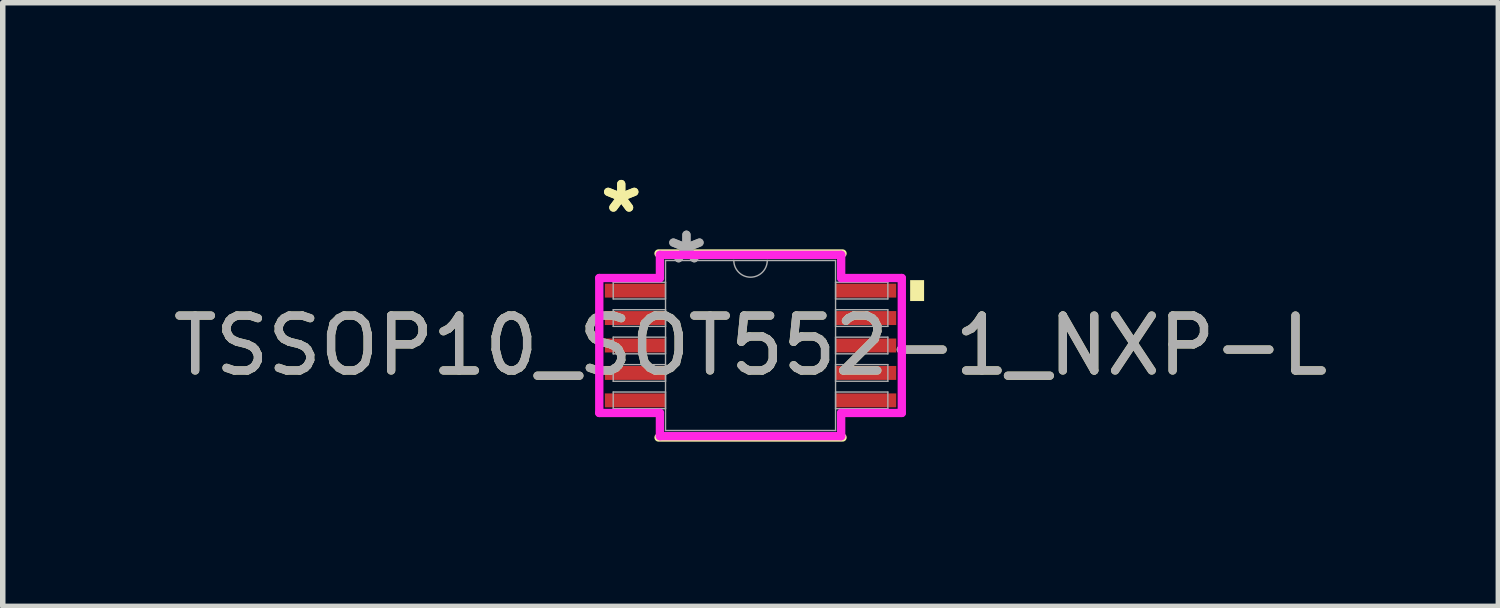
<source format=kicad_pcb>
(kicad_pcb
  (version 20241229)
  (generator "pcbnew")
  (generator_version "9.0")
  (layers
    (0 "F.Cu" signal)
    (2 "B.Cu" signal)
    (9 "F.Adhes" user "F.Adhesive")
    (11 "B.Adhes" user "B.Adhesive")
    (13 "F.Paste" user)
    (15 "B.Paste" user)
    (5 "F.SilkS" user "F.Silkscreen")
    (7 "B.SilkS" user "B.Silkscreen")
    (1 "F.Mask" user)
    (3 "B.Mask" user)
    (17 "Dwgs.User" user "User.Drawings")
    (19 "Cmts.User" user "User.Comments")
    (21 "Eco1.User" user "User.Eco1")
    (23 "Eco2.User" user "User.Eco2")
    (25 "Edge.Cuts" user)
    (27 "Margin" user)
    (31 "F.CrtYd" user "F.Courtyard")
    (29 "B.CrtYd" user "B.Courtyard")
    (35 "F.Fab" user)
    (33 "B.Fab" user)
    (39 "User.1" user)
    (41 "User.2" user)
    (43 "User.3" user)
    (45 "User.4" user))
  (footprint "TSSOP10_SOT552-1_NXP-L"
    (layer "F.Cu")
    (at 10.625 3.245)
    (property "Reference" "TSSOP10_SOT552-1_NXP-L" (at 0 0 0) (unlocked yes) (layer "F.SilkS") (effects (font (size 1 1) (thickness 0.15))))
    (attr smd)
    (fp_line (start -1.676 1.676) (end 1.676 1.676) (stroke (width 0.152) (type solid)) (layer "F.SilkS"))
    (fp_line (start 1.676 -1.676) (end -1.676 -1.676) (stroke (width 0.152) (type solid)) (layer "F.SilkS"))
    (fp_poly (pts (xy 3.162 -1.191) (xy 3.162 -0.81) (xy 2.908 -0.81) (xy 2.908 -1.191)) (stroke (width 0) (type solid)) (fill yes) (layer "F.SilkS"))
    (fp_line (start -2.756 -1.229) (end -1.651 -1.229) (stroke (width 0.152) (type solid)) (layer "F.CrtYd"))
    (fp_line (start -2.756 1.229) (end -2.756 -1.229) (stroke (width 0.152) (type solid)) (layer "F.CrtYd"))
    (fp_line (start -2.756 1.229) (end -1.651 1.229) (stroke (width 0.152) (type solid)) (layer "F.CrtYd"))
    (fp_line (start -1.651 -1.651) (end 1.651 -1.651) (stroke (width 0.152) (type solid)) (layer "F.CrtYd"))
    (fp_line (start -1.651 -1.229) (end -1.651 -1.651) (stroke (width 0.152) (type solid)) (layer "F.CrtYd"))
    (fp_line (start -1.651 1.651) (end -1.651 1.229) (stroke (width 0.152) (type solid)) (layer "F.CrtYd"))
    (fp_line (start 1.651 -1.651) (end 1.651 -1.229) (stroke (width 0.152) (type solid)) (layer "F.CrtYd"))
    (fp_line (start 1.651 1.229) (end 1.651 1.651) (stroke (width 0.152) (type solid)) (layer "F.CrtYd"))
    (fp_line (start 1.651 1.651) (end -1.651 1.651) (stroke (width 0.152) (type solid)) (layer "F.CrtYd"))
    (fp_line (start 2.756 -1.229) (end 1.651 -1.229) (stroke (width 0.152) (type solid)) (layer "F.CrtYd"))
    (fp_line (start 2.756 -1.229) (end 2.756 1.229) (stroke (width 0.152) (type solid)) (layer "F.CrtYd"))
    (fp_line (start 2.756 1.229) (end 1.651 1.229) (stroke (width 0.152) (type solid)) (layer "F.CrtYd"))
    (fp_line (start -2.502 -1.152) (end -2.502 -0.848) (stroke (width 0.025) (type solid)) (layer "F.Fab"))
    (fp_line (start -2.502 -0.848) (end -1.549 -0.848) (stroke (width 0.025) (type solid)) (layer "F.Fab"))
    (fp_line (start -2.502 -0.652) (end -2.502 -0.348) (stroke (width 0.025) (type solid)) (layer "F.Fab"))
    (fp_line (start -2.502 -0.348) (end -1.549 -0.348) (stroke (width 0.025) (type solid)) (layer "F.Fab"))
    (fp_line (start -2.502 -0.152) (end -2.502 0.152) (stroke (width 0.025) (type solid)) (layer "F.Fab"))
    (fp_line (start -2.502 0.152) (end -1.549 0.152) (stroke (width 0.025) (type solid)) (layer "F.Fab"))
    (fp_line (start -2.502 0.348) (end -2.502 0.652) (stroke (width 0.025) (type solid)) (layer "F.Fab"))
    (fp_line (start -2.502 0.652) (end -1.549 0.652) (stroke (width 0.025) (type solid)) (layer "F.Fab"))
    (fp_line (start -2.502 0.848) (end -2.502 1.152) (stroke (width 0.025) (type solid)) (layer "F.Fab"))
    (fp_line (start -2.502 1.152) (end -1.549 1.152) (stroke (width 0.025) (type solid)) (layer "F.Fab"))
    (fp_line (start -1.549 -1.549) (end -1.549 1.549) (stroke (width 0.025) (type solid)) (layer "F.Fab"))
    (fp_line (start -1.549 -1.152) (end -2.502 -1.152) (stroke (width 0.025) (type solid)) (layer "F.Fab"))
    (fp_line (start -1.549 -0.848) (end -1.549 -1.152) (stroke (width 0.025) (type solid)) (layer "F.Fab"))
    (fp_line (start -1.549 -0.652) (end -2.502 -0.652) (stroke (width 0.025) (type solid)) (layer "F.Fab"))
    (fp_line (start -1.549 -0.348) (end -1.549 -0.652) (stroke (width 0.025) (type solid)) (layer "F.Fab"))
    (fp_line (start -1.549 -0.152) (end -2.502 -0.152) (stroke (width 0.025) (type solid)) (layer "F.Fab"))
    (fp_line (start -1.549 0.152) (end -1.549 -0.152) (stroke (width 0.025) (type solid)) (layer "F.Fab"))
    (fp_line (start -1.549 0.348) (end -2.502 0.348) (stroke (width 0.025) (type solid)) (layer "F.Fab"))
    (fp_line (start -1.549 0.652) (end -1.549 0.348) (stroke (width 0.025) (type solid)) (layer "F.Fab"))
    (fp_line (start -1.549 0.848) (end -2.502 0.848) (stroke (width 0.025) (type solid)) (layer "F.Fab"))
    (fp_line (start -1.549 1.152) (end -1.549 0.848) (stroke (width 0.025) (type solid)) (layer "F.Fab"))
    (fp_line (start -1.549 1.549) (end 1.549 1.549) (stroke (width 0.025) (type solid)) (layer "F.Fab"))
    (fp_line (start 1.549 -1.549) (end -1.549 -1.549) (stroke (width 0.025) (type solid)) (layer "F.Fab"))
    (fp_line (start 1.549 -1.152) (end 1.549 -0.848) (stroke (width 0.025) (type solid)) (layer "F.Fab"))
    (fp_line (start 1.549 -0.848) (end 2.502 -0.848) (stroke (width 0.025) (type solid)) (layer "F.Fab"))
    (fp_line (start 1.549 -0.652) (end 1.549 -0.348) (stroke (width 0.025) (type solid)) (layer "F.Fab"))
    (fp_line (start 1.549 -0.348) (end 2.502 -0.348) (stroke (width 0.025) (type solid)) (layer "F.Fab"))
    (fp_line (start 1.549 -0.152) (end 1.549 0.152) (stroke (width 0.025) (type solid)) (layer "F.Fab"))
    (fp_line (start 1.549 0.152) (end 2.502 0.152) (stroke (width 0.025) (type solid)) (layer "F.Fab"))
    (fp_line (start 1.549 0.348) (end 1.549 0.652) (stroke (width 0.025) (type solid)) (layer "F.Fab"))
    (fp_line (start 1.549 0.652) (end 2.502 0.652) (stroke (width 0.025) (type solid)) (layer "F.Fab"))
    (fp_line (start 1.549 0.848) (end 1.549 1.152) (stroke (width 0.025) (type solid)) (layer "F.Fab"))
    (fp_line (start 1.549 1.152) (end 2.502 1.152) (stroke (width 0.025) (type solid)) (layer "F.Fab"))
    (fp_line (start 1.549 1.549) (end 1.549 -1.549) (stroke (width 0.025) (type solid)) (layer "F.Fab"))
    (fp_line (start 2.502 -1.152) (end 1.549 -1.152) (stroke (width 0.025) (type solid)) (layer "F.Fab"))
    (fp_line (start 2.502 -0.848) (end 2.502 -1.152) (stroke (width 0.025) (type solid)) (layer "F.Fab"))
    (fp_line (start 2.502 -0.652) (end 1.549 -0.652) (stroke (width 0.025) (type solid)) (layer "F.Fab"))
    (fp_line (start 2.502 -0.348) (end 2.502 -0.652) (stroke (width 0.025) (type solid)) (layer "F.Fab"))
    (fp_line (start 2.502 -0.152) (end 1.549 -0.152) (stroke (width 0.025) (type solid)) (layer "F.Fab"))
    (fp_line (start 2.502 0.152) (end 2.502 -0.152) (stroke (width 0.025) (type solid)) (layer "F.Fab"))
    (fp_line (start 2.502 0.348) (end 1.549 0.348) (stroke (width 0.025) (type solid)) (layer "F.Fab"))
    (fp_line (start 2.502 0.652) (end 2.502 0.348) (stroke (width 0.025) (type solid)) (layer "F.Fab"))
    (fp_line (start 2.502 0.848) (end 1.549 0.848) (stroke (width 0.025) (type solid)) (layer "F.Fab"))
    (fp_line (start 2.502 1.152) (end 2.502 0.848) (stroke (width 0.025) (type solid)) (layer "F.Fab"))
    (fp_arc (start 0.3048 -1.5494) (mid 0 -1.2446) (end -0.3048 -1.5494) (stroke (width 0.0254) (type solid)) (layer "F.Fab"))
    (fp_text user "*" (at -2.356 -2.397 0) (unlocked yes) (layer "F.SilkS") (effects (font (size 1 1) (thickness 0.15))))
    (fp_text user "*" (at -2.356 -2.397 0) (layer "F.SilkS") (effects (font (size 1 1) (thickness 0.15))))
    (fp_text user "${REFERENCE}" (at 0 0 0) (unlocked yes) (layer "F.Fab") (effects (font (size 1 1) (thickness 0.15))))
    (fp_text user "*" (at -1.168 -1.473 0) (layer "F.Fab") (effects (font (size 1 1) (thickness 0.15))))
    (fp_text user "*" (at -1.168 -1.473 0) (unlocked yes) (layer "F.Fab") (effects (font (size 1 1) (thickness 0.15))))
    (pad "1" smd rect (at -2.102 -1) (size 1.105 0.254) (layers "F.Cu" "F.Mask" "F.Paste"))
    (pad "2" smd rect (at -2.102 -0.5) (size 1.105 0.254) (layers "F.Cu" "F.Mask" "F.Paste"))
    (pad "3" smd rect (at -2.102 0) (size 1.105 0.254) (layers "F.Cu" "F.Mask" "F.Paste"))
    (pad "4" smd rect (at -2.102 0.5) (size 1.105 0.254) (layers "F.Cu" "F.Mask" "F.Paste"))
    (pad "5" smd rect (at -2.102 1) (size 1.105 0.254) (layers "F.Cu" "F.Mask" "F.Paste"))
    (pad "6" smd rect (at 2.102 1) (size 1.105 0.254) (layers "F.Cu" "F.Mask" "F.Paste"))
    (pad "7" smd rect (at 2.102 0.5) (size 1.105 0.254) (layers "F.Cu" "F.Mask" "F.Paste"))
    (pad "8" smd rect (at 2.102 0) (size 1.105 0.254) (layers "F.Cu" "F.Mask" "F.Paste"))
    (pad "9" smd rect (at 2.102 -0.5) (size 1.105 0.254) (layers "F.Cu" "F.Mask" "F.Paste"))
    (pad "10" smd rect (at 2.102 -1) (size 1.105 0.254) (layers "F.Cu" "F.Mask" "F.Paste")))
  (gr_rect
    (start -3 -3)
    (end 24.25 7.998)
    (stroke (width 0.1) (type default))
    (fill no)
    (layer "Edge.Cuts")))
</source>
